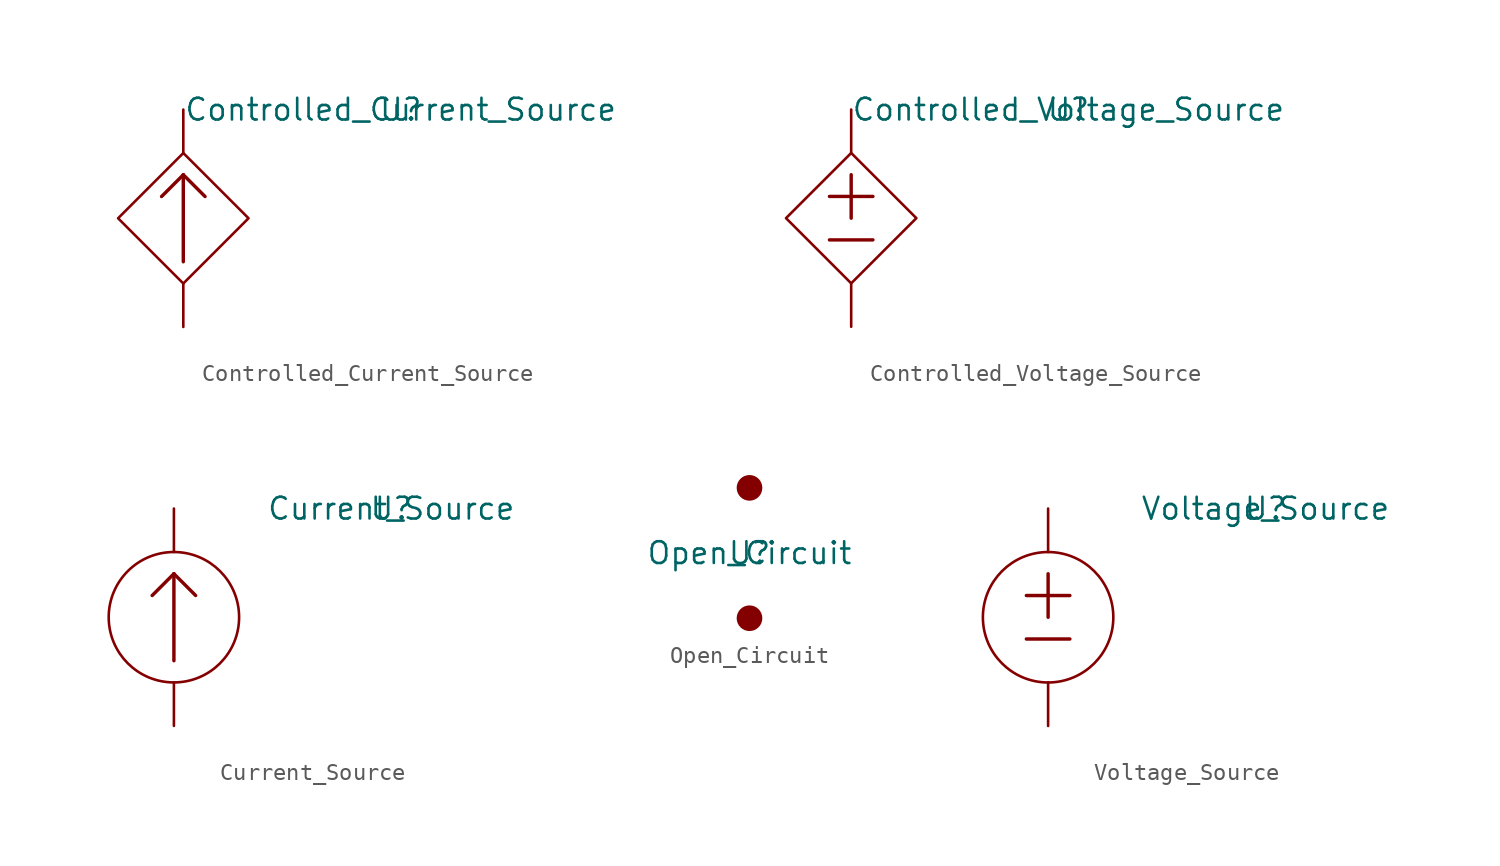
<source format=kicad_sym>
(kicad_symbol_lib
  (version 20220914)
  (generator kicad_symbol_editor)
  (symbol "Controlled_Current_Source"
    (property "Reference" "U"
      (at 12.7 6.35 0)
      (effects (font (size 1.27 1.27))))
    (property "Value" "Controlled_Current_Source"
      (at 12.7 6.35 0)
      (effects (font (size 1.27 1.27))))
    (symbol "Controlled_Current_Source_0_1"
      (polyline (pts (xy -1.27 1.27) (xy 0 2.54)) (stroke (width 0.2) (type default)) (fill (type none)))
      (polyline (pts (xy 0 2.54) (xy 0 -2.54)) (stroke (width 0.2) (type default)) (fill (type none)))
      (polyline (pts (xy 1.27 1.27) (xy 0 2.54)) (stroke (width 0.2) (type default)) (fill (type none)))
      (polyline (pts (xy 0 3.81) (xy 3.81 0) (xy 0 -3.81) (xy -3.81 0) (xy 0 3.81)) (stroke (width 0) (type default)) (fill (type none))))
    (symbol "Controlled_Current_Source_1_1"
      (pin passive line (at 0 -6.35 90) (length 2.54) (name "" (effects (font (size 1.27 1.27)))) (number "" (effects (font (size 1.27 1.27)))))
      (pin passive line (at 0 6.35 270) (length 2.54) (name "" (effects (font (size 1.27 1.27)))) (number "" (effects (font (size 1.27 1.27)))))))
  (symbol "Controlled_Voltage_Source"
    (property "Reference" "U"
      (at 12.7 6.35 0)
      (effects (font (size 1.27 1.27))))
    (property "Value" "Controlled_Voltage_Source"
      (at 12.7 6.35 0)
      (effects (font (size 1.27 1.27))))
    (symbol "Controlled_Voltage_Source_0_1"
      (polyline (pts (xy -1.27 -1.27) (xy 1.27 -1.27)) (stroke (width 0.2) (type default)) (fill (type none)))
      (polyline (pts (xy -1.27 1.27) (xy 1.27 1.27)) (stroke (width 0.2) (type default)) (fill (type none)))
      (polyline (pts (xy 0 2.54) (xy 0 0)) (stroke (width 0.2) (type default)) (fill (type none)))
      (polyline (pts (xy 0 3.81) (xy 3.81 0) (xy 0 -3.81) (xy -3.81 0) (xy 0 3.81)) (stroke (width 0) (type default)) (fill (type none))))
    (symbol "Controlled_Voltage_Source_1_1"
      (pin passive line (at 0 -6.35 90) (length 2.54) (name "" (effects (font (size 1.27 1.27)))) (number "" (effects (font (size 1.27 1.27)))))
      (pin passive line (at 0 6.35 270) (length 2.54) (name "" (effects (font (size 1.27 1.27)))) (number "" (effects (font (size 1.27 1.27)))))))
  (symbol "Current_Source"
    (property "Reference" "U"
      (at 12.7 6.35 0)
      (effects (font (size 1.27 1.27))))
    (property "Value" "Current_Source"
      (at 12.7 6.35 0)
      (effects (font (size 1.27 1.27))))
    (symbol "Current_Source_0_1"
      (polyline (pts (xy -1.27 1.27) (xy 0 2.54)) (stroke (width 0.2) (type default)) (fill (type none)))
      (polyline (pts (xy 0 2.54) (xy 0 -2.54)) (stroke (width 0.2) (type default)) (fill (type none)))
      (polyline (pts (xy 1.27 1.27) (xy 0 2.54)) (stroke (width 0.2) (type default)) (fill (type none)))
      (circle (center 0 0) (radius 3.81) (stroke (width 0) (type default)) (fill (type none))))
    (symbol "Current_Source_1_1"
      (pin passive line (at 0 -6.35 90) (length 2.54) (name "" (effects (font (size 1.27 1.27)))) (number "" (effects (font (size 1.27 1.27)))))
      (pin passive line (at 0 6.35 270) (length 2.54) (name "" (effects (font (size 1.27 1.27)))) (number "" (effects (font (size 1.27 1.27)))))))
  (symbol "Open_Circuit"
    (property "Reference" "U"
      (at 0 0 0)
      (effects (font (size 1.27 1.27))))
    (property "Value" "Open_Circuit"
      (at 0 0 0)
      (effects (font (size 1.27 1.27))))
    (symbol "Open_Circuit_0_1"
      (circle (center 0 -3.81) (radius 0.0001) (stroke (width 0.75) (type default)) (fill (type none)))
      (circle (center 0 3.81) (radius 0.0001) (stroke (width 0.75) (type default)) (fill (type none))))
    (symbol "Open_Circuit_1_1"
      (pin passive line (at 0 -3.81 90) (length 0) (name "" (effects (font (size 1.27 1.27)))) (number "" (effects (font (size 1.27 1.27)))))
      (pin passive line (at 0 3.81 270) (length 0) (name "" (effects (font (size 1.27 1.27)))) (number "" (effects (font (size 1.27 1.27)))))))
  (symbol "Voltage_Source"
    (property "Reference" "U"
      (at 12.7 6.35 0)
      (effects (font (size 1.27 1.27))))
    (property "Value" "Voltage_Source"
      (at 12.7 6.35 0)
      (effects (font (size 1.27 1.27))))
    (symbol "Voltage_Source_0_1"
      (polyline (pts (xy -1.27 -1.27) (xy 1.27 -1.27)) (stroke (width 0.2) (type default)) (fill (type none)))
      (polyline (pts (xy -1.27 1.27) (xy 1.27 1.27)) (stroke (width 0.2) (type default)) (fill (type none)))
      (polyline (pts (xy 0 2.54) (xy 0 0)) (stroke (width 0.2) (type default)) (fill (type none)))
      (circle (center 0 0) (radius 3.81) (stroke (width 0) (type default)) (fill (type none))))
    (symbol "Voltage_Source_1_1"
      (pin passive line (at 0 -6.35 90) (length 2.54) (name "" (effects (font (size 1.27 1.27)))) (number "" (effects (font (size 1.27 1.27)))))
      (pin passive line (at 0 6.35 270) (length 2.54) (name "" (effects (font (size 1.27 1.27)))) (number "" (effects (font (size 1.27 1.27))))))))
</source>
